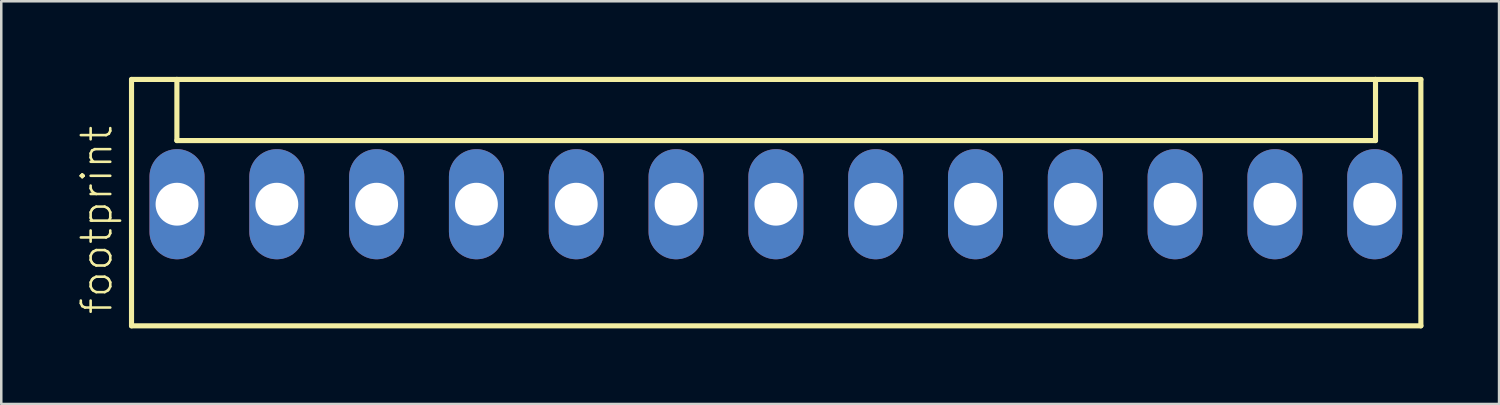
<source format=kicad_pcb>
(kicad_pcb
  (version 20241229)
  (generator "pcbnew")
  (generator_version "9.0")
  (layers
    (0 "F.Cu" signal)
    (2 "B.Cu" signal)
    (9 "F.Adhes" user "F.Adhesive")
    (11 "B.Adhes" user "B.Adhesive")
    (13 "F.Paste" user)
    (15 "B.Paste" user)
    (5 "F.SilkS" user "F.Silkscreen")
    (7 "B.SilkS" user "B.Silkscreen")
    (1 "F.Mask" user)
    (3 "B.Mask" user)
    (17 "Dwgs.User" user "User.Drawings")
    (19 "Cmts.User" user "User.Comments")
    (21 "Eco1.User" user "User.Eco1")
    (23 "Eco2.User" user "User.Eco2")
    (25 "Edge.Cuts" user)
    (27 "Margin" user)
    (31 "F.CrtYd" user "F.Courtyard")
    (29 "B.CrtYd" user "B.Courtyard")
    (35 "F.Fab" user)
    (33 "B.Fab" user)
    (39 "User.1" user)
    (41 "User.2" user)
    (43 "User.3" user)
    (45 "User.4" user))
  (footprint "footprint"
    (layer "F.Cu")
    (at 27.733 5.052)
    (property "Reference" "footprint" (at -26.26 4.445 90) (layer "F.SilkS") (effects (font (size 1.168 1.168) (thickness 0.102)) (justify left bottom)))
    (fp_line (start -25.565 -4.95) (end -25.565 4.825) (stroke (width 0.203) (type solid)) (layer "F.SilkS"))
    (fp_line (start -25.565 4.825) (end 25.59 4.825) (stroke (width 0.203) (type solid)) (layer "F.SilkS"))
    (fp_line (start -23.765 -4.95) (end -25.565 -4.95) (stroke (width 0.203) (type solid)) (layer "F.SilkS"))
    (fp_line (start -23.765 -2.525) (end -23.765 -4.95) (stroke (width 0.203) (type solid)) (layer "F.SilkS"))
    (fp_line (start -23.765 -2.525) (end 23.79 -2.525) (stroke (width 0.203) (type solid)) (layer "F.SilkS"))
    (fp_line (start 23.79 -4.95) (end -23.765 -4.95) (stroke (width 0.203) (type solid)) (layer "F.SilkS"))
    (fp_line (start 23.79 -2.525) (end 23.79 -4.95) (stroke (width 0.203) (type solid)) (layer "F.SilkS"))
    (fp_line (start 25.59 -4.95) (end 23.79 -4.95) (stroke (width 0.203) (type solid)) (layer "F.SilkS"))
    (fp_line (start 25.59 4.825) (end 25.59 -4.95) (stroke (width 0.203) (type solid)) (layer "F.SilkS"))
    (pad "1" thru_hole oval (at -23.76 0 90) (size 4.369 2.184) (drill 1.7) (layers "*.Cu" "*.Mask"))
    (pad "2" thru_hole oval (at -19.8 0 90) (size 4.369 2.184) (drill 1.7) (layers "*.Cu" "*.Mask"))
    (pad "3" thru_hole oval (at -15.84 0 90) (size 4.369 2.184) (drill 1.7) (layers "*.Cu" "*.Mask"))
    (pad "4" thru_hole oval (at -11.88 0 90) (size 4.369 2.184) (drill 1.7) (layers "*.Cu" "*.Mask"))
    (pad "5" thru_hole oval (at -7.92 0 90) (size 4.369 2.184) (drill 1.7) (layers "*.Cu" "*.Mask"))
    (pad "6" thru_hole oval (at -3.96 0 90) (size 4.369 2.184) (drill 1.7) (layers "*.Cu" "*.Mask"))
    (pad "7" thru_hole oval (at 0 0 90) (size 4.369 2.184) (drill 1.7) (layers "*.Cu" "*.Mask"))
    (pad "8" thru_hole oval (at 3.96 0 90) (size 4.369 2.184) (drill 1.7) (layers "*.Cu" "*.Mask"))
    (pad "9" thru_hole oval (at 7.92 0 90) (size 4.369 2.184) (drill 1.7) (layers "*.Cu" "*.Mask"))
    (pad "10" thru_hole oval (at 11.88 0 90) (size 4.369 2.184) (drill 1.7) (layers "*.Cu" "*.Mask"))
    (pad "11" thru_hole oval (at 15.84 0 90) (size 4.369 2.184) (drill 1.7) (layers "*.Cu" "*.Mask"))
    (pad "12" thru_hole oval (at 19.8 0 90) (size 4.369 2.184) (drill 1.7) (layers "*.Cu" "*.Mask"))
    (pad "13" thru_hole oval (at 23.76 0 90) (size 4.369 2.184) (drill 1.7) (layers "*.Cu" "*.Mask")))
  (gr_rect
    (start -3 -3)
    (end 56.425 12.978)
    (stroke (width 0.1) (type default))
    (fill no)
    (layer "Edge.Cuts")))
</source>
